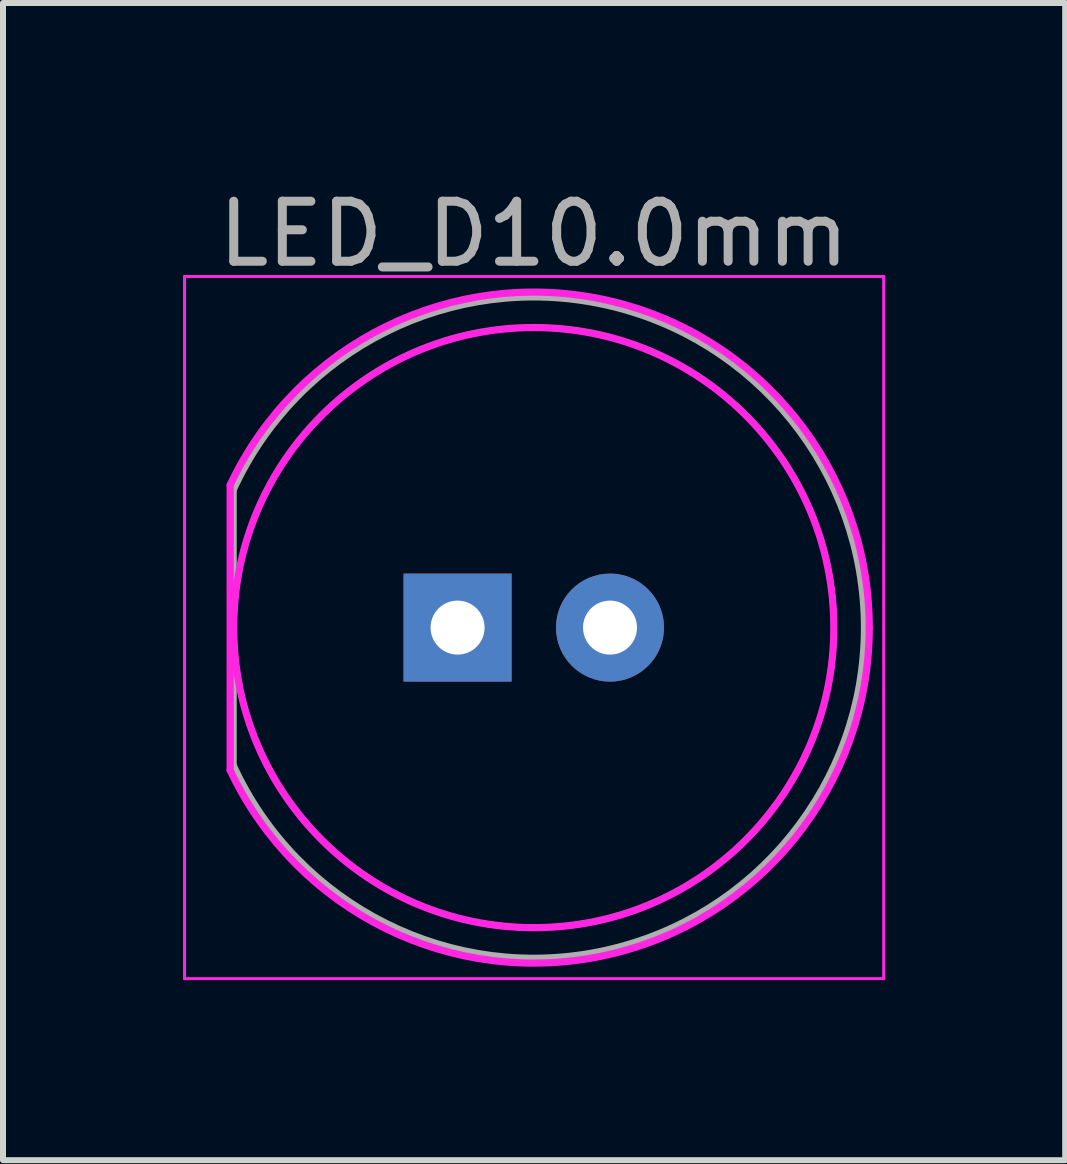
<source format=kicad_pcb>
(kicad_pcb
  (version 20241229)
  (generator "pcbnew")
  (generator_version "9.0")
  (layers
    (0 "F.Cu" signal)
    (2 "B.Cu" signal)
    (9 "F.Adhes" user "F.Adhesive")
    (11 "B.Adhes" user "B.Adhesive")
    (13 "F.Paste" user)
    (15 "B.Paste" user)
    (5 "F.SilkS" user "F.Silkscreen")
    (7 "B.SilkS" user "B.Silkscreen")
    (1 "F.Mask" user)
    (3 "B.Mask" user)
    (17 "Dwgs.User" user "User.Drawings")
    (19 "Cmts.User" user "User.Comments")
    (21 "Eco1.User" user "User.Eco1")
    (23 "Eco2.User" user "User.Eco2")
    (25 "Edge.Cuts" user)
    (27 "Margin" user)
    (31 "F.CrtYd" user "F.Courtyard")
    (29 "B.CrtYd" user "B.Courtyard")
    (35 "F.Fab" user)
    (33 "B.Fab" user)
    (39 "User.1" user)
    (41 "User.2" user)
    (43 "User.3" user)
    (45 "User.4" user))
  (footprint "LED_D10.0mm"
    (layer "F.Cu")
    (at 4.575 7.408)
    (property "Reference" "LED_D10.0mm" (at 1.27 -6.56 0) (layer "F.Fab") (effects (font (size 1 1) (thickness 0.15))))
    (attr through_hole)
    (fp_line (start -4.55 -5.85) (end -4.55 5.85) (stroke (width 0.05) (type solid)) (layer "F.CrtYd"))
    (fp_line (start -4.55 5.85) (end 7.1 5.85) (stroke (width 0.05) (type solid)) (layer "F.CrtYd"))
    (fp_line (start -3.79 -2.376) (end -3.79 2.376) (stroke (width 0.12) (type solid)) (layer "F.CrtYd"))
    (fp_line (start 7.1 -5.85) (end -4.55 -5.85) (stroke (width 0.05) (type solid)) (layer "F.CrtYd"))
    (fp_line (start 7.1 5.85) (end 7.1 -5.85) (stroke (width 0.05) (type solid)) (layer "F.CrtYd"))
    (fp_arc (start -3.79 -2.375816) (mid 2.484794 -5.456407) (end 6.859998 -0.004741) (stroke (width 0.12) (type solid)) (layer "F.CrtYd"))
    (fp_arc (start 6.859998 0.004741) (mid 2.484794 5.456407) (end -3.79 2.375816) (stroke (width 0.12) (type solid)) (layer "F.CrtYd"))
    (fp_circle (center 1.27 0) (end 6.27 0) (stroke (width 0.12) (type solid)) (fill no) (layer "F.CrtYd"))
    (fp_line (start -3.73 -2.291) (end -3.73 2.291) (stroke (width 0.1) (type solid)) (layer "F.Fab"))
    (fp_arc (start -3.73 -2.291288) (mid 6.77 0.001918) (end -3.731597 2.2878) (stroke (width 0.1) (type solid)) (layer "F.Fab"))
    (fp_circle (center 1.27 0) (end 6.27 0) (stroke (width 0.1) (type solid)) (fill no) (layer "F.Fab"))
    (pad "1" thru_hole rect (at 0 0) (size 1.8 1.8) (drill 0.9) (layers "*.Cu" "*.Mask"))
    (pad "2" thru_hole circle (at 2.54 0) (size 1.8 1.8) (drill 0.9) (layers "*.Cu" "*.Mask")))
  (gr_rect
    (start -3 -3)
    (end 14.7 16.283)
    (stroke (width 0.1) (type default))
    (fill no)
    (layer "Edge.Cuts")))
</source>
